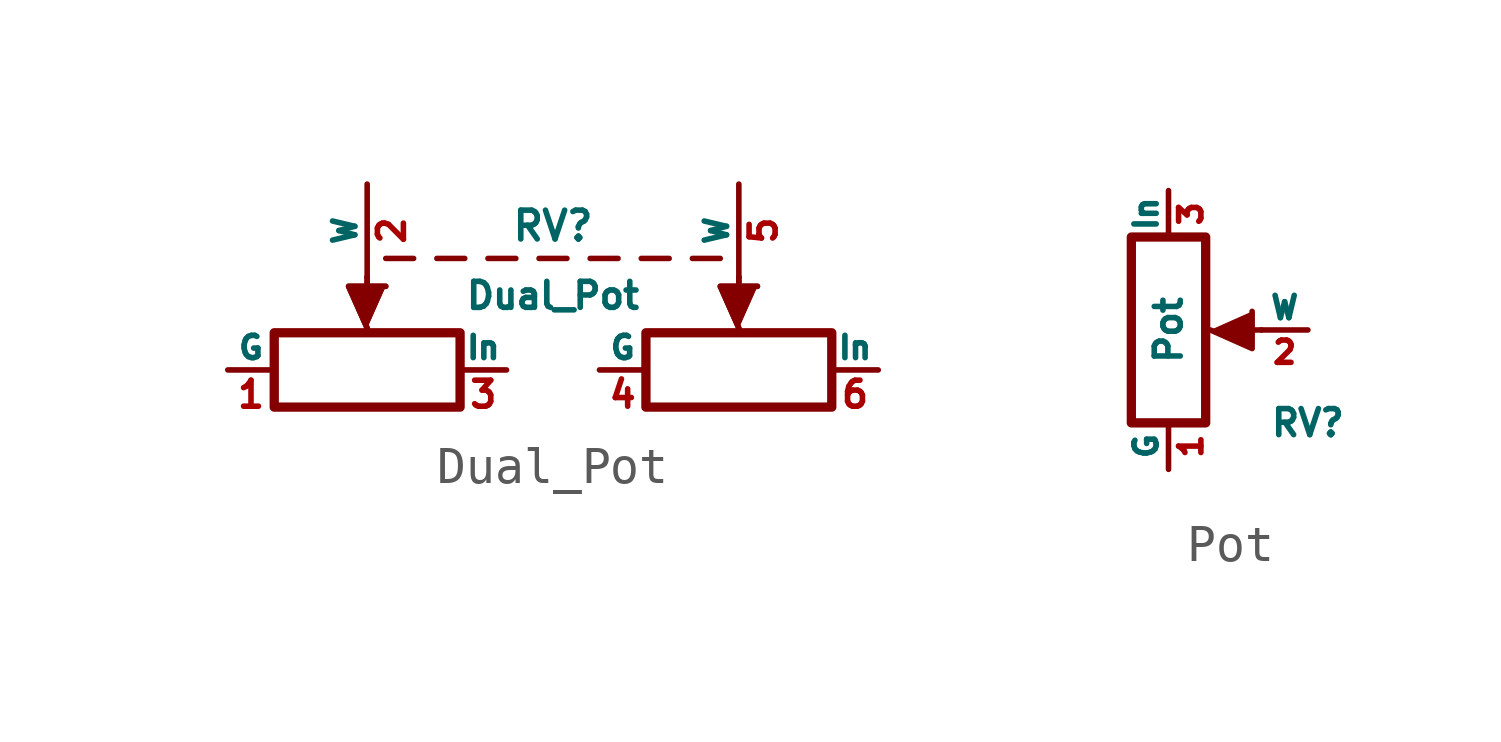
<source format=kicad_sym>
(kicad_symbol_lib
  (version 20220914)
  (generator kicad_symbol_editor)
  (symbol "Dual_Pot"
    (pin_names
      (offset 0))
    (property "Reference" "RV"
      (at 0 1.397 0)
      (effects (font (size 0.787 0.787))))
    (property "Value" "Dual_Pot"
      (at 0 -0.508 0)
      (effects (font (size 0.711 0.711))))
    (symbol "Dual_Pot_0_1"
      (rectangle (start -7.62 -1.524) (end -2.54 -3.556) (stroke (width 0.254) (type solid)) (fill (type none)))
      (polyline (pts (xy -5.08 0) (xy -5.08 -1.016)) (stroke (width 0) (type solid)) (fill (type none)))
      (polyline (pts (xy -5.08 0) (xy -5.08 -1.016)) (stroke (width 0) (type solid)) (fill (type none)))
      (polyline (pts (xy -4.572 0.508) (xy -3.81 0.508)) (stroke (width 0) (type solid)) (fill (type none)))
      (polyline (pts (xy -3.175 0.508) (xy -2.413 0.508)) (stroke (width 0) (type solid)) (fill (type none)))
      (polyline (pts (xy -1.778 0.508) (xy -1.016 0.508)) (stroke (width 0) (type solid)) (fill (type none)))
      (polyline (pts (xy -0.381 0.508) (xy 0.381 0.508)) (stroke (width 0) (type solid)) (fill (type none)))
      (polyline (pts (xy 1.016 0.508) (xy 1.778 0.508)) (stroke (width 0) (type solid)) (fill (type none)))
      (polyline (pts (xy 2.413 0.508) (xy 3.175 0.508)) (stroke (width 0) (type solid)) (fill (type none)))
      (polyline (pts (xy 3.81 0.508) (xy 4.572 0.508)) (stroke (width 0) (type solid)) (fill (type none)))
      (polyline (pts (xy 5.08 0) (xy 5.08 -1.016)) (stroke (width 0) (type solid)) (fill (type none)))
      (polyline (pts (xy 5.08 0) (xy 5.08 -1.016)) (stroke (width 0) (type solid)) (fill (type none)))
      (polyline (pts (xy -5.08 -1.397) (xy -5.588 -0.254) (xy -4.572 -0.254)) (stroke (width 0) (type solid)) (fill (type outline)))
      (polyline (pts (xy -5.08 -1.397) (xy -5.588 -0.254) (xy -4.572 -0.254)) (stroke (width 0) (type solid)) (fill (type outline)))
      (polyline (pts (xy 5.08 -1.397) (xy 4.572 -0.254) (xy 5.588 -0.254)) (stroke (width 0) (type solid)) (fill (type outline)))
      (polyline (pts (xy 5.08 -1.397) (xy 4.572 -0.254) (xy 5.588 -0.254)) (stroke (width 0) (type solid)) (fill (type outline)))
      (rectangle (start 2.54 -1.524) (end 7.62 -3.556) (stroke (width 0.254) (type solid)) (fill (type none))))
    (symbol "Dual_Pot_1_1"
      (pin passive line (at -8.89 -2.54 0) (length 1.27) (name "G" (effects (font (size 0.61 0.61)))) (number "1" (effects (font (size 0.711 0.711)))))
      (pin passive line (at -5.08 2.54 270) (length 2.54) (name "W" (effects (font (size 0.61 0.61)))) (number "2" (effects (font (size 0.711 0.711)))))
      (pin passive line (at -1.27 -2.54 180) (length 1.27) (name "In" (effects (font (size 0.61 0.61)))) (number "3" (effects (font (size 0.711 0.711)))))
      (pin passive line (at 1.27 -2.54 0) (length 1.27) (name "G" (effects (font (size 0.61 0.61)))) (number "4" (effects (font (size 0.711 0.711)))))
      (pin passive line (at 5.08 2.54 270) (length 2.54) (name "W" (effects (font (size 0.61 0.61)))) (number "5" (effects (font (size 0.711 0.711)))))
      (pin passive line (at 8.89 -2.54 180) (length 1.27) (name "In" (effects (font (size 0.61 0.61)))) (number "6" (effects (font (size 0.711 0.711)))))))
  (symbol "Pot"
    (pin_names
      (offset 0))
    (property "Reference" "RV"
      (at 3.81 -2.54 0)
      (effects (font (size 0.711 0.711))))
    (property "Value" "Pot"
      (at 0 0 90)
      (effects (font (size 0.711 0.711))))
    (symbol "Pot_0_1"
      (polyline (pts (xy 2.54 0) (xy 1.524 0)) (stroke (width 0) (type solid)) (fill (type none)))
      (polyline (pts (xy 1.143 0) (xy 2.286 -0.508) (xy 2.286 0.508)) (stroke (width 0) (type solid)) (fill (type outline)))
      (rectangle (start 1.016 -2.54) (end -1.016 2.54) (stroke (width 0.254) (type solid)) (fill (type none))))
    (symbol "Pot_1_1"
      (pin passive line (at 0 -3.81 90) (length 1.27) (name "G" (effects (font (size 0.61 0.61)))) (number "1" (effects (font (size 0.61 0.61)))))
      (pin passive line (at 3.81 0 180) (length 1.27) (name "W" (effects (font (size 0.61 0.61)))) (number "2" (effects (font (size 0.61 0.61)))))
      (pin passive line (at 0 3.81 270) (length 1.27) (name "In" (effects (font (size 0.61 0.61)))) (number "3" (effects (font (size 0.61 0.61))))))))
</source>
